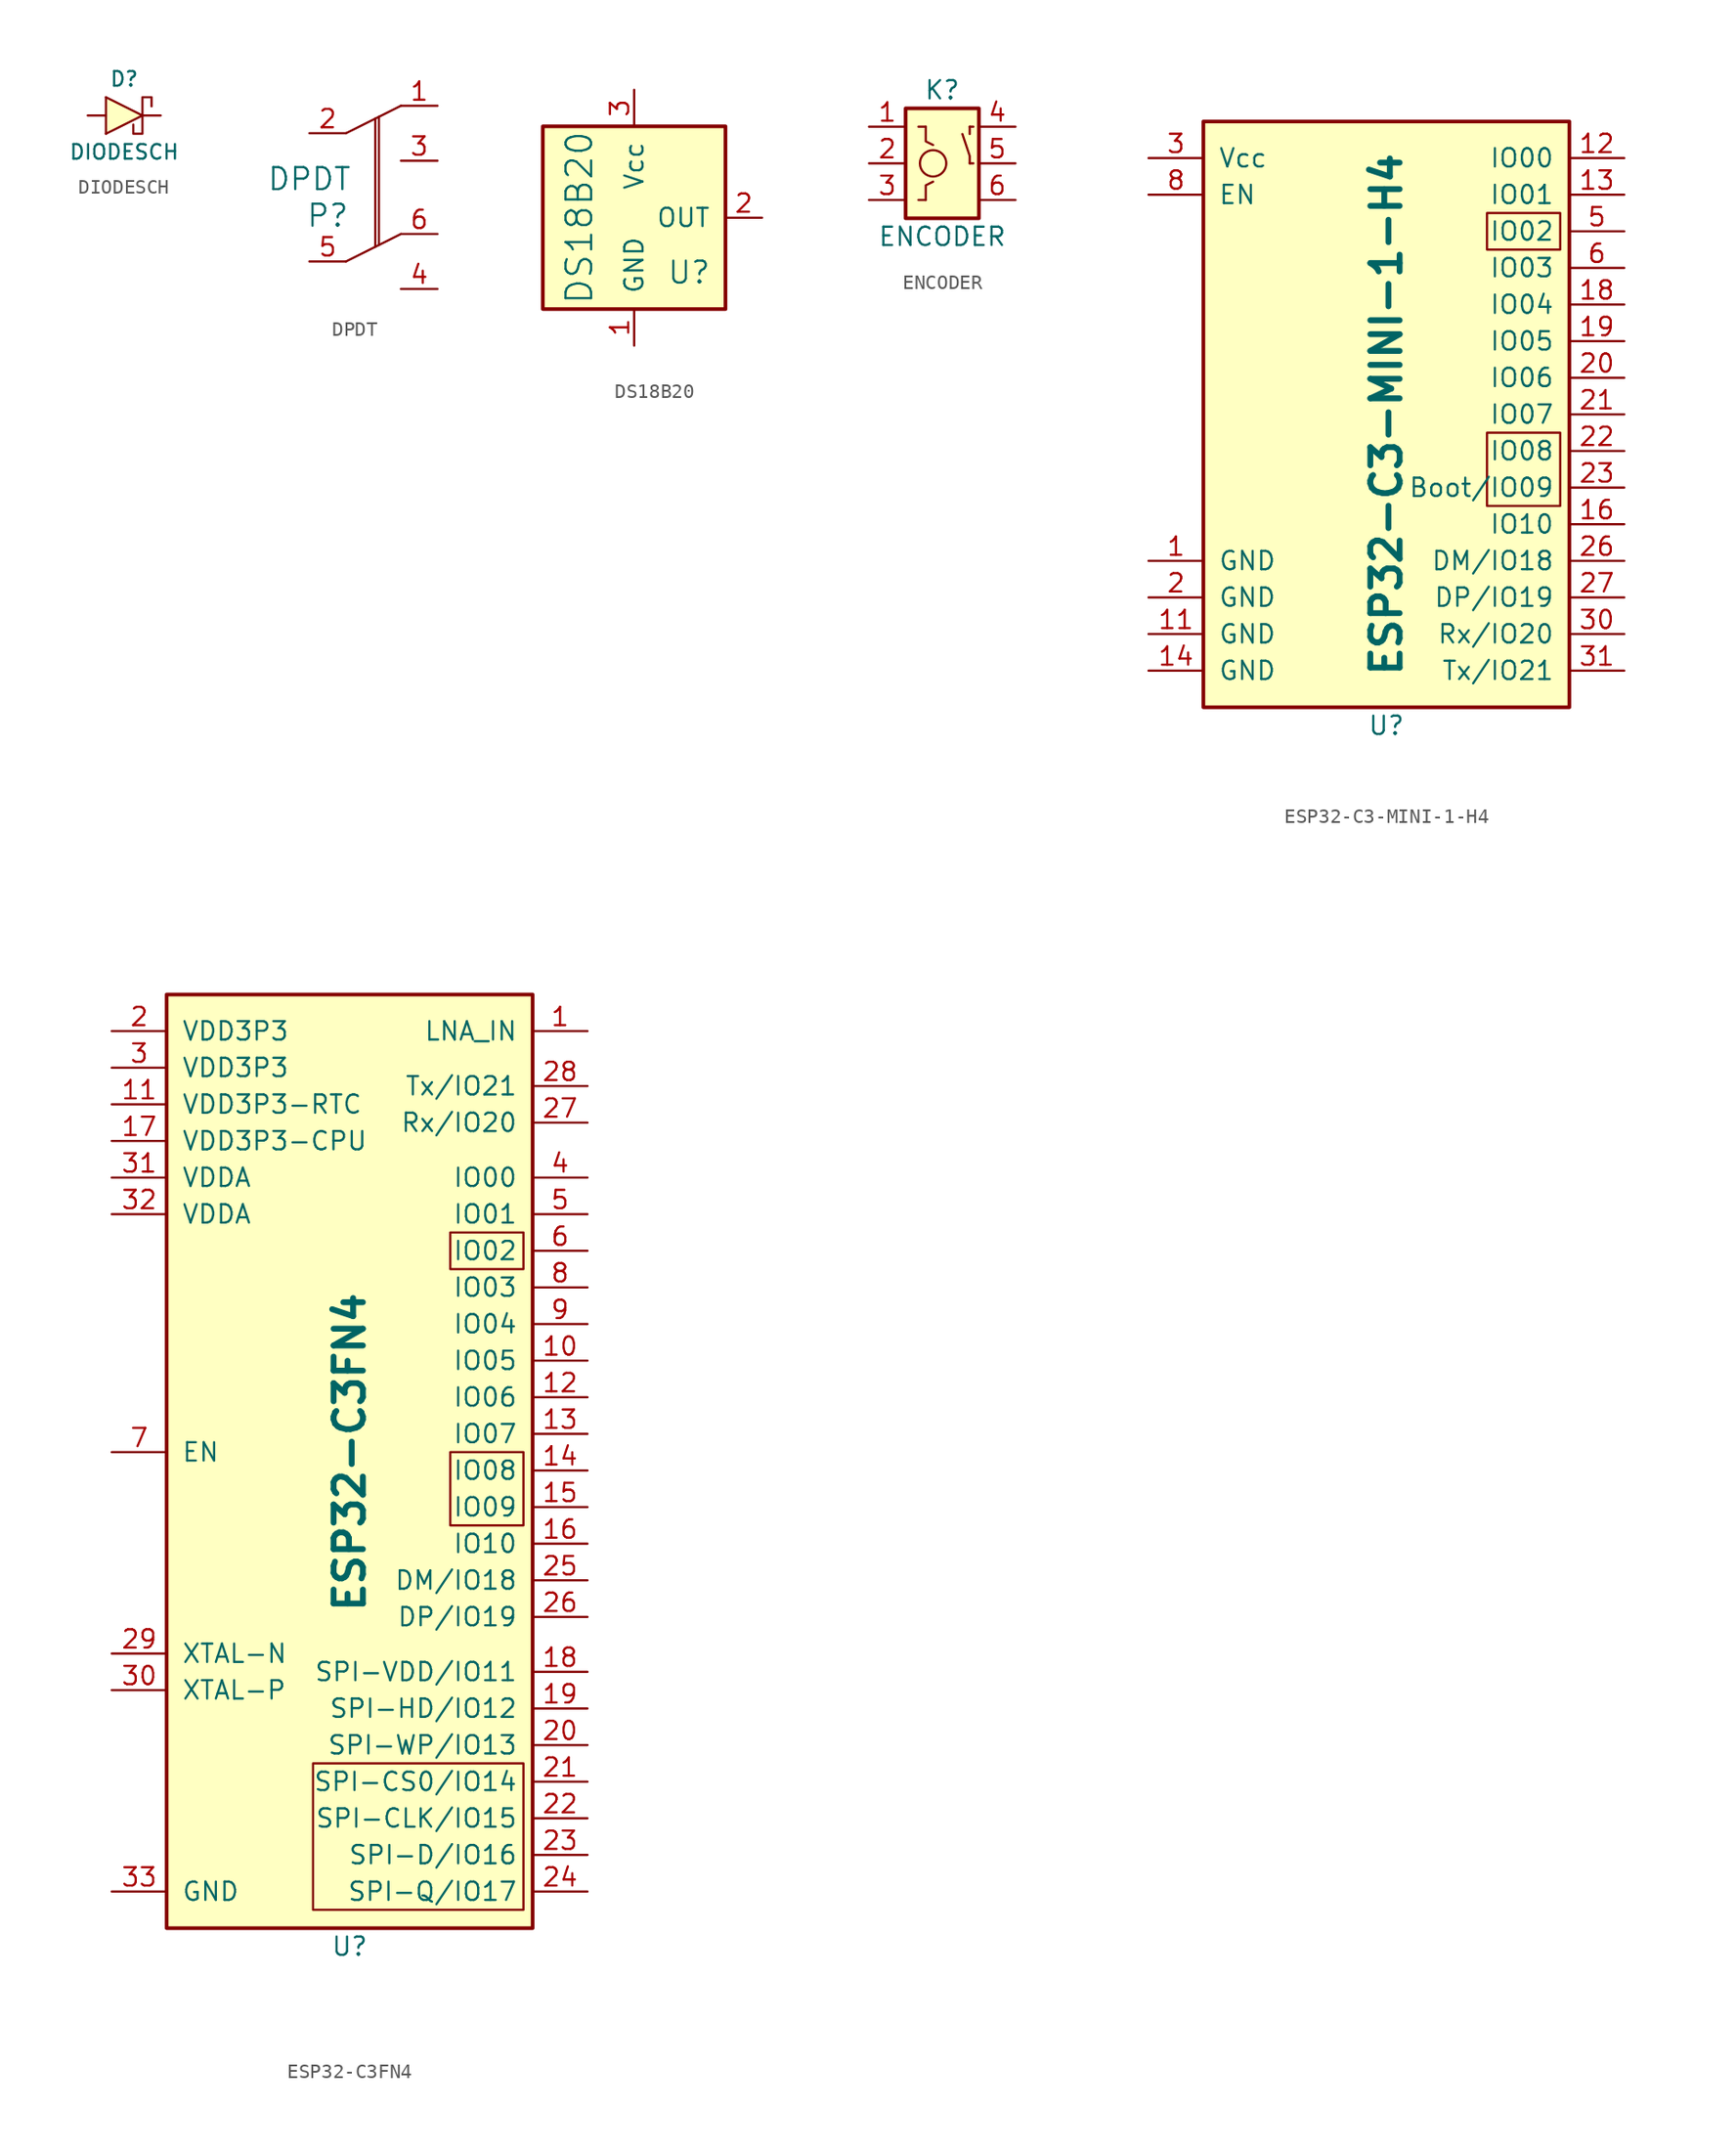
<source format=kicad_sym>
(kicad_symbol_lib
  (version 20231120)
  (generator "kicad_symbol_editor")
  (generator_version "8.0")
  (symbol "DIODESCH"
    (pin_numbers hide)
    (pin_names
      (offset 1.016) hide)
    (property "Reference" "D"
      (at 0 2.54 0)
      (effects (font (size 1.016 1.016))))
    (property "Value" "DIODESCH"
      (at 0 -2.54 0)
      (effects (font (size 1.016 1.016))))
    (property "Footprint" ""
      (at 0 0 0)
      (effects (font (size 1.524 1.524))))
    (property "Datasheet" ""
      (at 0 0 0)
      (effects (font (size 1.524 1.524))))
    (symbol "DIODESCH_0_1"
      (polyline (pts (xy -1.27 1.27) (xy -1.27 -1.27)) (stroke (width 0) (type default)) (fill (type background)))
      (polyline (pts (xy -1.27 1.27) (xy 1.27 0) (xy -1.27 -1.27)) (stroke (width 0) (type default)) (fill (type background)))
      (polyline (pts (xy 1.905 0.635) (xy 1.905 1.27) (xy 1.27 1.27) (xy 1.27 -1.27) (xy 0.635 -1.27) (xy 0.635 -0.635)) (stroke (width 0) (type default)) (fill (type none))))
    (symbol "DIODESCH_1_1"
      (pin passive line (at 2.54 0 180) (length 1.27) (name "K" (effects (font (size 1.016 1.016)))) (number "1" (effects (font (size 1.016 1.016)))))
      (pin passive line (at -2.54 0 0) (length 1.27) (name "A" (effects (font (size 1.016 1.016)))) (number "2" (effects (font (size 1.016 1.016)))))))
  (symbol "DPDT"
    (pin_names
      (offset 1.016))
    (property "Reference" "P"
      (at -2.54 -1.27 0)
      (effects (font (size 1.524 1.524))))
    (property "Value" "DPDT"
      (at -3.81 1.27 0)
      (effects (font (size 1.524 1.524))))
    (property "Footprint" ""
      (at 0 0 0)
      (effects (font (size 1.524 1.524))))
    (property "Datasheet" ""
      (at 0 0 0)
      (effects (font (size 1.524 1.524))))
    (symbol "DPDT_0_1"
      (polyline (pts (xy -1.27 -4.445) (xy 2.54 -2.54) (xy 2.54 -2.54)) (stroke (width 0) (type default)) (fill (type none)))
      (polyline (pts (xy -1.27 4.445) (xy 2.54 6.35) (xy 2.54 6.35)) (stroke (width 0) (type default)) (fill (type none)))
      (polyline (pts (xy 0.762 5.461) (xy 0.762 -3.429) (xy 0.762 -3.429)) (stroke (width 0) (type default)) (fill (type none)))
      (polyline (pts (xy 1.016 -3.302) (xy 1.016 5.588) (xy 1.016 5.588)) (stroke (width 0) (type default)) (fill (type none))))
    (symbol "DPDT_1_1"
      (pin passive line (at 5.08 6.35 180) (length 2.54) (name "~" (effects (font (size 1.27 1.27)))) (number "1" (effects (font (size 1.27 1.27)))))
      (pin passive line (at -3.81 4.445 0) (length 2.54) (name "~" (effects (font (size 1.27 1.27)))) (number "2" (effects (font (size 1.27 1.27)))))
      (pin passive line (at 5.08 2.54 180) (length 2.54) (name "~" (effects (font (size 1.27 1.27)))) (number "3" (effects (font (size 1.27 1.27)))))
      (pin passive line (at 5.08 -6.35 180) (length 2.54) (name "~" (effects (font (size 1.27 1.27)))) (number "4" (effects (font (size 1.27 1.27)))))
      (pin passive line (at -3.81 -4.445 0) (length 2.54) (name "~" (effects (font (size 1.27 1.27)))) (number "5" (effects (font (size 1.27 1.27)))))
      (pin passive line (at 5.08 -2.54 180) (length 2.54) (name "~" (effects (font (size 1.27 1.27)))) (number "6" (effects (font (size 1.27 1.27)))))))
  (symbol "DS18B20"
    (pin_names
      (offset 1.016))
    (property "Reference" "U"
      (at 3.81 -3.81 0)
      (effects (font (size 1.524 1.524))))
    (property "Value" "DS18B20"
      (at -3.81 0 90)
      (effects (font (size 1.778 1.778))))
    (property "Footprint" ""
      (at 0 0 0)
      (effects (font (size 1.524 1.524))))
    (property "Datasheet" ""
      (at 0 0 0)
      (effects (font (size 1.524 1.524))))
    (symbol "DS18B20_0_1"
      (rectangle (start -6.35 -6.35) (end 6.35 6.35) (stroke (width 0.254) (type default)) (fill (type background))))
    (symbol "DS18B20_1_1"
      (pin power_in line (at 0 -8.89 90) (length 2.54) (name "GND" (effects (font (size 1.27 1.27)))) (number "1" (effects (font (size 1.27 1.27)))))
      (pin output line (at 8.89 0 180) (length 2.54) (name "OUT" (effects (font (size 1.27 1.27)))) (number "2" (effects (font (size 1.27 1.27)))))
      (pin power_in line (at 0 8.89 270) (length 2.54) (name "Vcc" (effects (font (size 1.27 1.27)))) (number "3" (effects (font (size 1.27 1.27)))))))
  (symbol "ENCODER"
    (pin_names
      (offset 1.016))
    (property "Reference" "K"
      (at 0 5.08 0)
      (effects (font (size 1.27 1.27))))
    (property "Value" "ENCODER"
      (at 0 -5.08 0)
      (effects (font (size 1.27 1.27))))
    (symbol "ENCODER_0_1"
      (rectangle (start -2.54 3.81) (end 2.54 -3.81) (stroke (width 0.254) (type default)) (fill (type background)))
      (circle (center -0.635 0) (radius 0.914) (stroke (width 0) (type default)) (fill (type none)))
      (polyline (pts (xy -1.143 -2.54) (xy -1.651 -2.54)) (stroke (width 0) (type default)) (fill (type none)))
      (polyline (pts (xy -1.143 2.54) (xy -1.651 2.54)) (stroke (width 0) (type default)) (fill (type none)))
      (polyline (pts (xy 1.905 0) (xy 2.159 0)) (stroke (width 0) (type default)) (fill (type none)))
      (polyline (pts (xy 1.905 2.032) (xy 1.905 2.54)) (stroke (width 0) (type default)) (fill (type none)))
      (polyline (pts (xy 1.905 2.54) (xy 2.159 2.54)) (stroke (width 0) (type default)) (fill (type none)))
      (polyline (pts (xy -1.143 -2.54) (xy -1.143 -1.524) (xy -0.635 -1.27)) (stroke (width 0) (type default)) (fill (type none)))
      (polyline (pts (xy -1.143 2.54) (xy -1.143 1.524) (xy -0.635 1.27)) (stroke (width 0) (type default)) (fill (type none)))
      (polyline (pts (xy 1.905 0) (xy 1.905 0.508) (xy 1.397 2.032)) (stroke (width 0) (type default)) (fill (type none))))
    (symbol "ENCODER_1_1"
      (pin input line (at -5.08 2.54 0) (length 2.54) (name "~" (effects (font (size 1.27 1.27)))) (number "1" (effects (font (size 1.27 1.27)))))
      (pin input line (at -5.08 0 0) (length 2.54) (name "~" (effects (font (size 1.27 1.27)))) (number "2" (effects (font (size 1.27 1.27)))))
      (pin input line (at -5.08 -2.54 0) (length 2.54) (name "~" (effects (font (size 1.27 1.27)))) (number "3" (effects (font (size 1.27 1.27)))))
      (pin input line (at 5.08 2.54 180) (length 2.54) (name "~" (effects (font (size 1.27 1.27)))) (number "4" (effects (font (size 1.27 1.27)))))
      (pin input line (at 5.08 0 180) (length 2.54) (name "~" (effects (font (size 1.27 1.27)))) (number "5" (effects (font (size 1.27 1.27)))))
      (pin input line (at 5.08 -2.54 180) (length 2.54) (name "~" (effects (font (size 1.27 1.27)))) (number "6" (effects (font (size 1.27 1.27)))))))
  (symbol "ESP32-C3-MINI-1-H4"
    (pin_names
      (offset 1.016))
    (property "Reference" "U"
      (at 0 -21.59 0)
      (effects (font (size 1.27 1.27))))
    (property "Value" "ESP32-C3-MINI-1-H4"
      (at 0 0 90)
      (effects (font (size 2.032 2.032) (bold yes))))
    (symbol "ESP32-C3-MINI-1-H4_0_1"
      (rectangle (start -12.7 20.32) (end 12.7 -20.32) (stroke (width 0.254) (type default)) (fill (type background)))
      (rectangle (start 6.985 -1.27) (end 12.065 -6.35) (stroke (width 0) (type default)) (fill (type none)))
      (rectangle (start 6.985 13.97) (end 12.065 11.43) (stroke (width 0) (type default)) (fill (type none))))
    (symbol "ESP32-C3-MINI-1-H4_1_1"
      (pin passive line (at -16.51 -10.16 0) (length 3.81) (name "GND" (effects (font (size 1.27 1.27)))) (number "1" (effects (font (size 1.27 1.27)))))
      (pin no_connect line (at -11.43 -1.27 0) (length 3.81) hide (name "NC" (effects (font (size 1.27 1.27)))) (number "10" (effects (font (size 1.27 1.27)))))
      (pin passive line (at -16.51 -15.24 0) (length 3.81) (name "GND" (effects (font (size 1.27 1.27)))) (number "11" (effects (font (size 1.27 1.27)))))
      (pin passive line (at 16.51 17.78 180) (length 3.81) (name "IO00" (effects (font (size 1.27 1.27)))) (number "12" (effects (font (size 1.27 1.27)))))
      (pin passive line (at 16.51 15.24 180) (length 3.81) (name "IO01" (effects (font (size 1.27 1.27)))) (number "13" (effects (font (size 1.27 1.27)))))
      (pin passive line (at -16.51 -17.78 0) (length 3.81) (name "GND" (effects (font (size 1.27 1.27)))) (number "14" (effects (font (size 1.27 1.27)))))
      (pin no_connect line (at -11.43 -3.81 0) (length 3.81) hide (name "NC" (effects (font (size 1.27 1.27)))) (number "15" (effects (font (size 1.27 1.27)))))
      (pin passive line (at 16.51 -7.62 180) (length 3.81) (name "IO10" (effects (font (size 1.27 1.27)))) (number "16" (effects (font (size 1.27 1.27)))))
      (pin no_connect line (at -11.43 -6.35 0) (length 3.81) hide (name "NC" (effects (font (size 1.27 1.27)))) (number "17" (effects (font (size 1.27 1.27)))))
      (pin passive line (at 16.51 7.62 180) (length 3.81) (name "IO04" (effects (font (size 1.27 1.27)))) (number "18" (effects (font (size 1.27 1.27)))))
      (pin passive line (at 16.51 5.08 180) (length 3.81) (name "IO05" (effects (font (size 1.27 1.27)))) (number "19" (effects (font (size 1.27 1.27)))))
      (pin passive line (at -16.51 -12.7 0) (length 3.81) (name "GND" (effects (font (size 1.27 1.27)))) (number "2" (effects (font (size 1.27 1.27)))))
      (pin passive line (at 16.51 2.54 180) (length 3.81) (name "IO06" (effects (font (size 1.27 1.27)))) (number "20" (effects (font (size 1.27 1.27)))))
      (pin passive line (at 16.51 0 180) (length 3.81) (name "IO07" (effects (font (size 1.27 1.27)))) (number "21" (effects (font (size 1.27 1.27)))))
      (pin passive line (at 16.51 -2.54 180) (length 3.81) (name "IO08" (effects (font (size 1.27 1.27)))) (number "22" (effects (font (size 1.27 1.27)))))
      (pin passive line (at 16.51 -5.08 180) (length 3.81) (name "Boot/IO09" (effects (font (size 1.27 1.27)))) (number "23" (effects (font (size 1.27 1.27)))))
      (pin no_connect line (at -11.43 -8.89 0) (length 3.81) hide (name "NC" (effects (font (size 1.27 1.27)))) (number "24" (effects (font (size 1.27 1.27)))))
      (pin no_connect line (at -10.16 5.08 0) (length 3.81) hide (name "NC" (effects (font (size 1.27 1.27)))) (number "25" (effects (font (size 1.27 1.27)))))
      (pin passive line (at 16.51 -10.16 180) (length 3.81) (name "DM/IO18" (effects (font (size 1.27 1.27)))) (number "26" (effects (font (size 1.27 1.27)))))
      (pin passive line (at 16.51 -12.7 180) (length 3.81) (name "DP/IO19" (effects (font (size 1.27 1.27)))) (number "27" (effects (font (size 1.27 1.27)))))
      (pin no_connect line (at -10.16 2.54 0) (length 3.81) hide (name "NC" (effects (font (size 1.27 1.27)))) (number "28" (effects (font (size 1.27 1.27)))))
      (pin no_connect line (at -10.16 0 0) (length 3.81) hide (name "NC" (effects (font (size 1.27 1.27)))) (number "29" (effects (font (size 1.27 1.27)))))
      (pin passive line (at -16.51 17.78 0) (length 3.81) (name "Vcc" (effects (font (size 1.27 1.27)))) (number "3" (effects (font (size 1.27 1.27)))))
      (pin passive line (at 16.51 -15.24 180) (length 3.81) (name "Rx/IO20" (effects (font (size 1.27 1.27)))) (number "30" (effects (font (size 1.27 1.27)))))
      (pin passive line (at 16.51 -17.78 180) (length 3.81) (name "Tx/IO21" (effects (font (size 1.27 1.27)))) (number "31" (effects (font (size 1.27 1.27)))))
      (pin no_connect line (at -10.16 -2.54 0) (length 3.81) hide (name "NC" (effects (font (size 1.27 1.27)))) (number "32" (effects (font (size 1.27 1.27)))))
      (pin no_connect line (at -10.16 -5.08 0) (length 3.81) hide (name "NC" (effects (font (size 1.27 1.27)))) (number "33" (effects (font (size 1.27 1.27)))))
      (pin no_connect line (at -10.16 7.62 0) (length 3.81) hide (name "NC" (effects (font (size 1.27 1.27)))) (number "34" (effects (font (size 1.27 1.27)))))
      (pin no_connect line (at -10.16 -7.62 0) (length 3.81) hide (name "NC" (effects (font (size 1.27 1.27)))) (number "35" (effects (font (size 1.27 1.27)))))
      (pin no_connect line (at -11.43 6.35 0) (length 3.81) hide (name "NC" (effects (font (size 1.27 1.27)))) (number "4" (effects (font (size 1.27 1.27)))))
      (pin passive line (at 16.51 12.7 180) (length 3.81) (name "IO02" (effects (font (size 1.27 1.27)))) (number "5" (effects (font (size 1.27 1.27)))))
      (pin passive line (at 16.51 10.16 180) (length 3.81) (name "IO03" (effects (font (size 1.27 1.27)))) (number "6" (effects (font (size 1.27 1.27)))))
      (pin no_connect line (at -11.43 3.81 0) (length 3.81) hide (name "NC" (effects (font (size 1.27 1.27)))) (number "7" (effects (font (size 1.27 1.27)))))
      (pin passive line (at -16.51 15.24 0) (length 3.81) (name "EN" (effects (font (size 1.27 1.27)))) (number "8" (effects (font (size 1.27 1.27)))))
      (pin no_connect line (at -11.43 1.27 0) (length 3.81) hide (name "NC" (effects (font (size 1.27 1.27)))) (number "9" (effects (font (size 1.27 1.27)))))))
  (symbol "ESP32-C3FN4"
    (pin_names
      (offset 1.016))
    (property "Reference" "U"
      (at 0 -34.29 0)
      (effects (font (size 1.27 1.27))))
    (property "Value" "ESP32-C3FN4"
      (at 0 0 90)
      (effects (font (size 2.032 2.032) (bold yes))))
    (symbol "ESP32-C3FN4_0_0"
      (text "" (at 16.51 -1.27 0) (effects (font (size 1.27 1.27)))))
    (symbol "ESP32-C3FN4_0_1"
      (rectangle (start -12.7 31.75) (end 12.7 -33.02) (stroke (width 0.254) (type default)) (fill (type background)))
      (rectangle (start -2.54 -21.59) (end 12.065 -31.75) (stroke (width 0.152) (type default)) (fill (type none)))
      (polyline (pts (xy 6.985 15.24) (xy 12.065 15.24) (xy 12.065 12.7) (xy 6.985 12.7) (xy 6.985 15.24)) (stroke (width 0.152) (type default)) (fill (type none)))
      (rectangle (start 6.985 0) (end 12.065 -5.08) (stroke (width 0.152) (type default)) (fill (type none))))
    (symbol "ESP32-C3FN4_1_1"
      (pin passive line (at 16.51 29.21 180) (length 3.81) (name "LNA_IN" (effects (font (size 1.27 1.27)))) (number "1" (effects (font (size 1.27 1.27)))))
      (pin passive line (at 16.51 6.35 180) (length 3.81) (name "IO05" (effects (font (size 1.27 1.27)))) (number "10" (effects (font (size 1.27 1.27)))))
      (pin passive line (at -16.51 24.13 0) (length 3.81) (name "VDD3P3-RTC" (effects (font (size 1.27 1.27)))) (number "11" (effects (font (size 1.27 1.27)))))
      (pin passive line (at 16.51 3.81 180) (length 3.81) (name "IO06" (effects (font (size 1.27 1.27)))) (number "12" (effects (font (size 1.27 1.27)))))
      (pin passive line (at 16.51 1.27 180) (length 3.81) (name "IO07" (effects (font (size 1.27 1.27)))) (number "13" (effects (font (size 1.27 1.27)))))
      (pin passive line (at 16.51 -1.27 180) (length 3.81) (name "IO08" (effects (font (size 1.27 1.27)))) (number "14" (effects (font (size 1.27 1.27)))))
      (pin passive line (at 16.51 -3.81 180) (length 3.81) (name "IO09" (effects (font (size 1.27 1.27)))) (number "15" (effects (font (size 1.27 1.27)))))
      (pin passive line (at 16.51 -6.35 180) (length 3.81) (name "IO10" (effects (font (size 1.27 1.27)))) (number "16" (effects (font (size 1.27 1.27)))))
      (pin passive line (at -16.51 21.59 0) (length 3.81) (name "VDD3P3-CPU" (effects (font (size 1.27 1.27)))) (number "17" (effects (font (size 1.27 1.27)))))
      (pin passive line (at 16.51 -15.24 180) (length 3.81) (name "SPI-VDD/IO11" (effects (font (size 1.27 1.27)))) (number "18" (effects (font (size 1.27 1.27)))))
      (pin passive line (at 16.51 -17.78 180) (length 3.81) (name "SPI-HD/IO12" (effects (font (size 1.27 1.27)))) (number "19" (effects (font (size 1.27 1.27)))))
      (pin passive line (at -16.51 29.21 0) (length 3.81) (name "VDD3P3" (effects (font (size 1.27 1.27)))) (number "2" (effects (font (size 1.27 1.27)))))
      (pin passive line (at 16.51 -20.32 180) (length 3.81) (name "SPI-WP/IO13" (effects (font (size 1.27 1.27)))) (number "20" (effects (font (size 1.27 1.27)))))
      (pin passive line (at 16.51 -22.86 180) (length 3.81) (name "SPI-CS0/IO14" (effects (font (size 1.27 1.27)))) (number "21" (effects (font (size 1.27 1.27)))))
      (pin passive line (at 16.51 -25.4 180) (length 3.81) (name "SPI-CLK/IO15" (effects (font (size 1.27 1.27)))) (number "22" (effects (font (size 1.27 1.27)))))
      (pin passive line (at 16.51 -27.94 180) (length 3.81) (name "SPI-D/IO16" (effects (font (size 1.27 1.27)))) (number "23" (effects (font (size 1.27 1.27)))))
      (pin passive line (at 16.51 -30.48 180) (length 3.81) (name "SPI-Q/IO17" (effects (font (size 1.27 1.27)))) (number "24" (effects (font (size 1.27 1.27)))))
      (pin passive line (at 16.51 -8.89 180) (length 3.81) (name "DM/IO18" (effects (font (size 1.27 1.27)))) (number "25" (effects (font (size 1.27 1.27)))))
      (pin passive line (at 16.51 -11.43 180) (length 3.81) (name "DP/IO19" (effects (font (size 1.27 1.27)))) (number "26" (effects (font (size 1.27 1.27)))))
      (pin passive line (at 16.51 22.86 180) (length 3.81) (name "Rx/IO20" (effects (font (size 1.27 1.27)))) (number "27" (effects (font (size 1.27 1.27)))))
      (pin passive line (at 16.51 25.4 180) (length 3.81) (name "Tx/IO21" (effects (font (size 1.27 1.27)))) (number "28" (effects (font (size 1.27 1.27)))))
      (pin passive line (at -16.51 -13.97 0) (length 3.81) (name "XTAL-N" (effects (font (size 1.27 1.27)))) (number "29" (effects (font (size 1.27 1.27)))))
      (pin passive line (at -16.51 26.67 0) (length 3.81) (name "VDD3P3" (effects (font (size 1.27 1.27)))) (number "3" (effects (font (size 1.27 1.27)))))
      (pin passive line (at -16.51 -16.51 0) (length 3.81) (name "XTAL-P" (effects (font (size 1.27 1.27)))) (number "30" (effects (font (size 1.27 1.27)))))
      (pin passive line (at -16.51 19.05 0) (length 3.81) (name "VDDA" (effects (font (size 1.27 1.27)))) (number "31" (effects (font (size 1.27 1.27)))))
      (pin passive line (at -16.51 16.51 0) (length 3.81) (name "VDDA" (effects (font (size 1.27 1.27)))) (number "32" (effects (font (size 1.27 1.27)))))
      (pin passive line (at -16.51 -30.48 0) (length 3.81) (name "GND" (effects (font (size 1.27 1.27)))) (number "33" (effects (font (size 1.27 1.27)))))
      (pin passive line (at 16.51 19.05 180) (length 3.81) (name "IO00" (effects (font (size 1.27 1.27)))) (number "4" (effects (font (size 1.27 1.27)))))
      (pin passive line (at 16.51 16.51 180) (length 3.81) (name "IO01" (effects (font (size 1.27 1.27)))) (number "5" (effects (font (size 1.27 1.27)))))
      (pin passive line (at 16.51 13.97 180) (length 3.81) (name "IO02" (effects (font (size 1.27 1.27)))) (number "6" (effects (font (size 1.27 1.27)))))
      (pin passive line (at -16.51 0 0) (length 3.81) (name "EN" (effects (font (size 1.27 1.27)))) (number "7" (effects (font (size 1.27 1.27)))))
      (pin passive line (at 16.51 11.43 180) (length 3.81) (name "IO03" (effects (font (size 1.27 1.27)))) (number "8" (effects (font (size 1.27 1.27)))))
      (pin passive line (at 16.51 8.89 180) (length 3.81) (name "IO04" (effects (font (size 1.27 1.27)))) (number "9" (effects (font (size 1.27 1.27))))))))
</source>
